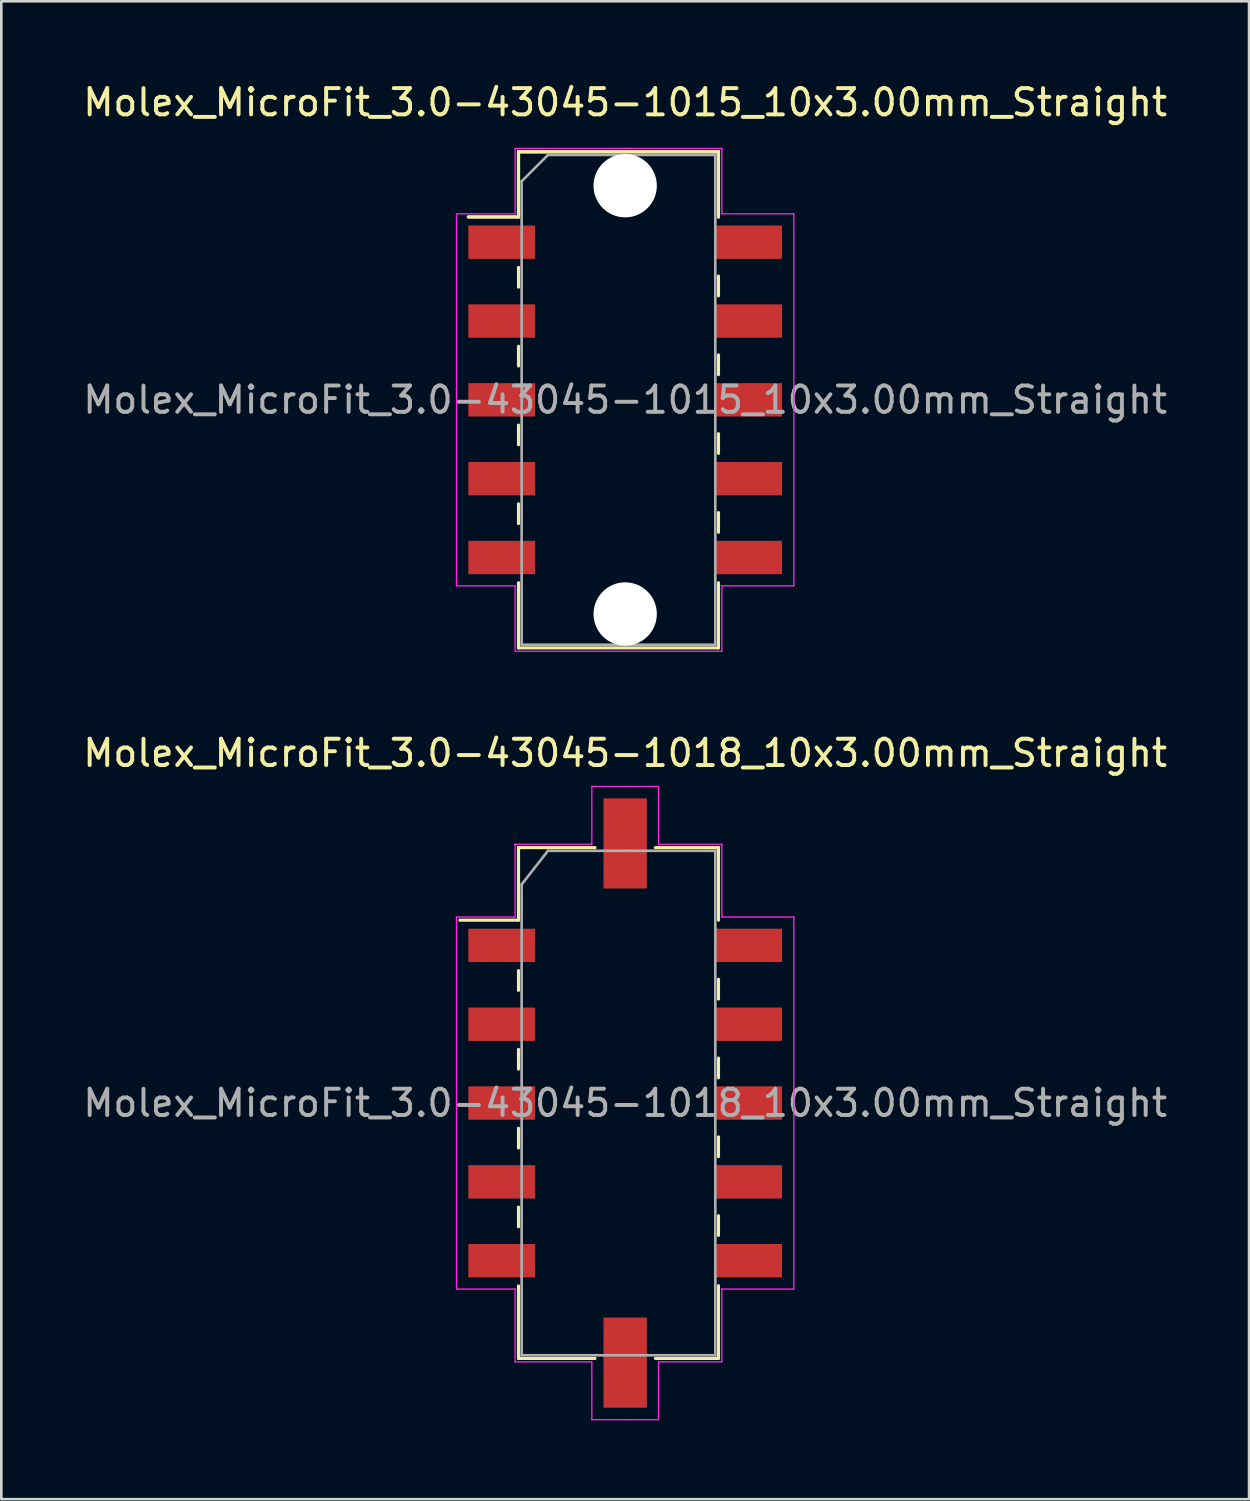
<source format=kicad_pcb>
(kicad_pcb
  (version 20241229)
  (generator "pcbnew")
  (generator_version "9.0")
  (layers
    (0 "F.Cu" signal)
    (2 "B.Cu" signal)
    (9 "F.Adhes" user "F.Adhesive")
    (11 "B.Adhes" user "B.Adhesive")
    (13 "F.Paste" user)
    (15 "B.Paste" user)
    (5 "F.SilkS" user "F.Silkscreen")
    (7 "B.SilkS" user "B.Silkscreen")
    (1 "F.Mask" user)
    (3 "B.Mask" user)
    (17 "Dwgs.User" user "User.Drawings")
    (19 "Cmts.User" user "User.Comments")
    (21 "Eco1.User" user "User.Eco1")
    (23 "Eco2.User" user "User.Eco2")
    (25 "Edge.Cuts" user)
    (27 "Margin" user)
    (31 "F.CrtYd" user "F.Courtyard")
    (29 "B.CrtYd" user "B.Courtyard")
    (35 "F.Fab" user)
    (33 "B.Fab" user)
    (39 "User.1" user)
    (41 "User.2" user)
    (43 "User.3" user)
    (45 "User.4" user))
  (footprint "Molex_MicroFit_3.0-43045-1015_10x3.00mm_Straight"
    (layer "F.Cu")
    (at 20.744 12.168)
    (property "Reference" "Molex_MicroFit_3.0-43045-1015_10x3.00mm_Straight" (at 0 -11.32 0) (layer "F.SilkS") (effects (font (size 1 1) (thickness 0.15))))
    (attr smd)
    (fp_line (start -5.97 -6.96) (end -4.06 -6.96) (stroke (width 0.12) (type solid)) (layer "F.SilkS"))
    (fp_line (start -5.97 -6.96) (end -4.06 -6.96) (stroke (width 0.12) (type solid)) (layer "F.SilkS"))
    (fp_line (start -4.06 -9.44) (end 3.55 -9.44) (stroke (width 0.12) (type solid)) (layer "F.SilkS"))
    (fp_line (start -4.06 -9.44) (end 3.55 -9.44) (stroke (width 0.12) (type solid)) (layer "F.SilkS"))
    (fp_line (start -4.06 -6.96) (end -4.06 -9.44) (stroke (width 0.12) (type solid)) (layer "F.SilkS"))
    (fp_line (start -4.06 -6.96) (end -4.06 -9.44) (stroke (width 0.12) (type solid)) (layer "F.SilkS"))
    (fp_line (start -4.06 -5.04) (end -4.06 -4.29) (stroke (width 0.12) (type solid)) (layer "F.SilkS"))
    (fp_line (start -4.06 -2.04) (end -4.06 -1.29) (stroke (width 0.12) (type solid)) (layer "F.SilkS"))
    (fp_line (start -4.06 0.96) (end -4.06 1.71) (stroke (width 0.12) (type solid)) (layer "F.SilkS"))
    (fp_line (start -4.06 3.96) (end -4.06 4.71) (stroke (width 0.12) (type solid)) (layer "F.SilkS"))
    (fp_line (start -4.06 9.44) (end -4.06 6.96) (stroke (width 0.12) (type solid)) (layer "F.SilkS"))
    (fp_line (start 3.55 -9.44) (end 3.55 -6.96) (stroke (width 0.12) (type solid)) (layer "F.SilkS"))
    (fp_line (start 3.55 -9.44) (end 3.55 -6.96) (stroke (width 0.12) (type solid)) (layer "F.SilkS"))
    (fp_line (start 3.55 -3.96) (end 3.55 -4.71) (stroke (width 0.12) (type solid)) (layer "F.SilkS"))
    (fp_line (start 3.55 -0.96) (end 3.55 -1.71) (stroke (width 0.12) (type solid)) (layer "F.SilkS"))
    (fp_line (start 3.55 2.04) (end 3.55 1.29) (stroke (width 0.12) (type solid)) (layer "F.SilkS"))
    (fp_line (start 3.55 5.04) (end 3.55 4.29) (stroke (width 0.12) (type solid)) (layer "F.SilkS"))
    (fp_line (start 3.55 6.96) (end 3.55 9.44) (stroke (width 0.12) (type solid)) (layer "F.SilkS"))
    (fp_line (start 3.55 9.44) (end -4.06 9.44) (stroke (width 0.12) (type solid)) (layer "F.SilkS"))
    (fp_line (start -6.42 -7.08) (end -4.19 -7.08) (stroke (width 0.05) (type solid)) (layer "F.CrtYd"))
    (fp_line (start -6.42 7.08) (end -6.42 -7.08) (stroke (width 0.05) (type solid)) (layer "F.CrtYd"))
    (fp_line (start -4.19 -9.57) (end 0 -9.57) (stroke (width 0.05) (type solid)) (layer "F.CrtYd"))
    (fp_line (start -4.19 -7.08) (end -4.19 -9.57) (stroke (width 0.05) (type solid)) (layer "F.CrtYd"))
    (fp_line (start -4.19 7.08) (end -6.42 7.08) (stroke (width 0.05) (type solid)) (layer "F.CrtYd"))
    (fp_line (start -4.19 9.57) (end -4.19 7.08) (stroke (width 0.05) (type solid)) (layer "F.CrtYd"))
    (fp_line (start 0 -9.57) (end 3.68 -9.57) (stroke (width 0.05) (type solid)) (layer "F.CrtYd"))
    (fp_line (start 0 9.57) (end -4.19 9.57) (stroke (width 0.05) (type solid)) (layer "F.CrtYd"))
    (fp_line (start 3.68 -9.57) (end 3.68 -7.08) (stroke (width 0.05) (type solid)) (layer "F.CrtYd"))
    (fp_line (start 3.68 -7.08) (end 6.42 -7.08) (stroke (width 0.05) (type solid)) (layer "F.CrtYd"))
    (fp_line (start 3.68 7.08) (end 3.68 9.57) (stroke (width 0.05) (type solid)) (layer "F.CrtYd"))
    (fp_line (start 3.68 9.57) (end 0 9.57) (stroke (width 0.05) (type solid)) (layer "F.CrtYd"))
    (fp_line (start 6.42 -7.08) (end 6.42 7.08) (stroke (width 0.05) (type solid)) (layer "F.CrtYd"))
    (fp_line (start 6.42 7.08) (end 3.68 7.08) (stroke (width 0.05) (type solid)) (layer "F.CrtYd"))
    (fp_line (start -3.94 -8.32) (end -2.94 -9.32) (stroke (width 0.1) (type solid)) (layer "F.Fab"))
    (fp_line (start -3.94 9.32) (end -3.94 -8.32) (stroke (width 0.1) (type solid)) (layer "F.Fab"))
    (fp_line (start -2.94 -9.32) (end 0 -9.32) (stroke (width 0.1) (type solid)) (layer "F.Fab"))
    (fp_line (start 0 -9.32) (end 3.43 -9.32) (stroke (width 0.1) (type solid)) (layer "F.Fab"))
    (fp_line (start 0 9.32) (end -3.94 9.32) (stroke (width 0.1) (type solid)) (layer "F.Fab"))
    (fp_line (start 3.43 -9.32) (end 3.43 9.32) (stroke (width 0.1) (type solid)) (layer "F.Fab"))
    (fp_line (start 3.43 9.32) (end 0 9.32) (stroke (width 0.1) (type solid)) (layer "F.Fab"))
    (fp_text user "${REFERENCE}" (at 0 0 0) (layer "F.Fab") (effects (font (size 1 1) (thickness 0.15))))
    (pad "" np_thru_hole circle (at 0 -8.15) (size 2.41 2.41) (drill 2.41) (layers "*.Cu"))
    (pad "" np_thru_hole circle (at 0 8.15) (size 2.41 2.41) (drill 2.41) (layers "*.Cu"))
    (pad "1" smd rect (at -4.7 -6) (size 2.54 1.27) (layers "F.Cu" "F.Mask" "F.Paste"))
    (pad "2" smd rect (at -4.7 -3) (size 2.54 1.27) (layers "F.Cu" "F.Mask" "F.Paste"))
    (pad "3" smd rect (at -4.7 0) (size 2.54 1.27) (layers "F.Cu" "F.Mask" "F.Paste"))
    (pad "4" smd rect (at -4.7 3) (size 2.54 1.27) (layers "F.Cu" "F.Mask" "F.Paste"))
    (pad "5" smd rect (at -4.7 6) (size 2.54 1.27) (layers "F.Cu" "F.Mask" "F.Paste"))
    (pad "6" smd rect (at 4.7 6) (size 2.54 1.27) (layers "F.Cu" "F.Mask" "F.Paste"))
    (pad "7" smd rect (at 4.7 3) (size 2.54 1.27) (layers "F.Cu" "F.Mask" "F.Paste"))
    (pad "8" smd rect (at 4.7 0) (size 2.54 1.27) (layers "F.Cu" "F.Mask" "F.Paste"))
    (pad "9" smd rect (at 4.7 -3) (size 2.54 1.27) (layers "F.Cu" "F.Mask" "F.Paste"))
    (pad "10" smd rect (at 4.7 -6) (size 2.54 1.27) (layers "F.Cu" "F.Mask" "F.Paste")))
  (footprint "Molex_MicroFit_3.0-43045-1018_10x3.00mm_Straight"
    (layer "F.Cu")
    (at 20.744 38.931)
    (property "Reference" "Molex_MicroFit_3.0-43045-1018_10x3.00mm_Straight" (at 0 -13.32 0) (layer "F.SilkS") (effects (font (size 1 1) (thickness 0.15))))
    (attr smd)
    (fp_line (start -6.29 -6.96) (end -4.06 -6.96) (stroke (width 0.12) (type solid)) (layer "F.SilkS"))
    (fp_line (start -4.06 -9.72) (end -4.06 -9.72) (stroke (width 0.12) (type solid)) (layer "F.SilkS"))
    (fp_line (start -4.06 -9.72) (end -1.15 -9.72) (stroke (width 0.12) (type solid)) (layer "F.SilkS"))
    (fp_line (start -4.06 -6.96) (end -4.06 -9.72) (stroke (width 0.12) (type solid)) (layer "F.SilkS"))
    (fp_line (start -4.06 -5.04) (end -4.06 -4.29) (stroke (width 0.12) (type solid)) (layer "F.SilkS"))
    (fp_line (start -4.06 -2.04) (end -4.06 -1.29) (stroke (width 0.12) (type solid)) (layer "F.SilkS"))
    (fp_line (start -4.06 0.96) (end -4.06 1.71) (stroke (width 0.12) (type solid)) (layer "F.SilkS"))
    (fp_line (start -4.06 3.96) (end -4.06 4.71) (stroke (width 0.12) (type solid)) (layer "F.SilkS"))
    (fp_line (start -4.06 9.72) (end -4.06 6.96) (stroke (width 0.12) (type solid)) (layer "F.SilkS"))
    (fp_line (start -1.15 9.72) (end -4.06 9.72) (stroke (width 0.12) (type solid)) (layer "F.SilkS"))
    (fp_line (start 1.15 -9.72) (end 3.55 -9.72) (stroke (width 0.12) (type solid)) (layer "F.SilkS"))
    (fp_line (start 3.55 -9.72) (end 3.55 -6.96) (stroke (width 0.12) (type solid)) (layer "F.SilkS"))
    (fp_line (start 3.55 -3.96) (end 3.55 -4.71) (stroke (width 0.12) (type solid)) (layer "F.SilkS"))
    (fp_line (start 3.55 -0.96) (end 3.55 -1.71) (stroke (width 0.12) (type solid)) (layer "F.SilkS"))
    (fp_line (start 3.55 2.04) (end 3.55 1.29) (stroke (width 0.12) (type solid)) (layer "F.SilkS"))
    (fp_line (start 3.55 5.04) (end 3.55 4.29) (stroke (width 0.12) (type solid)) (layer "F.SilkS"))
    (fp_line (start 3.55 6.96) (end 3.55 6.96) (stroke (width 0.12) (type solid)) (layer "F.SilkS"))
    (fp_line (start 3.55 6.96) (end 3.55 9.72) (stroke (width 0.12) (type solid)) (layer "F.SilkS"))
    (fp_line (start 3.55 9.72) (end 1.15 9.72) (stroke (width 0.12) (type solid)) (layer "F.SilkS"))
    (fp_line (start -6.42 -7.08) (end -4.19 -7.08) (stroke (width 0.05) (type solid)) (layer "F.CrtYd"))
    (fp_line (start -6.42 7.08) (end -6.42 -7.08) (stroke (width 0.05) (type solid)) (layer "F.CrtYd"))
    (fp_line (start -4.19 -9.85) (end -4.19 -9.85) (stroke (width 0.05) (type solid)) (layer "F.CrtYd"))
    (fp_line (start -4.19 -9.85) (end -1.27 -9.85) (stroke (width 0.05) (type solid)) (layer "F.CrtYd"))
    (fp_line (start -4.19 -7.08) (end -4.19 -9.85) (stroke (width 0.05) (type solid)) (layer "F.CrtYd"))
    (fp_line (start -4.19 7.08) (end -6.42 7.08) (stroke (width 0.05) (type solid)) (layer "F.CrtYd"))
    (fp_line (start -4.19 9.85) (end -4.19 7.08) (stroke (width 0.05) (type solid)) (layer "F.CrtYd"))
    (fp_line (start -1.27 -12.05) (end 0 -12.05) (stroke (width 0.05) (type solid)) (layer "F.CrtYd"))
    (fp_line (start -1.27 -9.85) (end -1.27 -12.05) (stroke (width 0.05) (type solid)) (layer "F.CrtYd"))
    (fp_line (start -1.27 9.85) (end -4.19 9.85) (stroke (width 0.05) (type solid)) (layer "F.CrtYd"))
    (fp_line (start -1.27 12.05) (end -1.27 9.85) (stroke (width 0.05) (type solid)) (layer "F.CrtYd"))
    (fp_line (start 0 -12.05) (end 1.27 -12.05) (stroke (width 0.05) (type solid)) (layer "F.CrtYd"))
    (fp_line (start 0 12.05) (end -1.27 12.05) (stroke (width 0.05) (type solid)) (layer "F.CrtYd"))
    (fp_line (start 1.27 -12.05) (end 1.27 -9.85) (stroke (width 0.05) (type solid)) (layer "F.CrtYd"))
    (fp_line (start 1.27 -9.85) (end 3.68 -9.85) (stroke (width 0.05) (type solid)) (layer "F.CrtYd"))
    (fp_line (start 1.27 9.85) (end 1.27 12.05) (stroke (width 0.05) (type solid)) (layer "F.CrtYd"))
    (fp_line (start 1.27 12.05) (end 0 12.05) (stroke (width 0.05) (type solid)) (layer "F.CrtYd"))
    (fp_line (start 3.68 -9.85) (end 3.68 -7.08) (stroke (width 0.05) (type solid)) (layer "F.CrtYd"))
    (fp_line (start 3.68 -7.08) (end 6.42 -7.08) (stroke (width 0.05) (type solid)) (layer "F.CrtYd"))
    (fp_line (start 3.68 7.08) (end 3.68 7.08) (stroke (width 0.05) (type solid)) (layer "F.CrtYd"))
    (fp_line (start 3.68 7.08) (end 3.68 9.85) (stroke (width 0.05) (type solid)) (layer "F.CrtYd"))
    (fp_line (start 3.68 9.85) (end 1.27 9.85) (stroke (width 0.05) (type solid)) (layer "F.CrtYd"))
    (fp_line (start 6.42 -7.08) (end 6.42 7.08) (stroke (width 0.05) (type solid)) (layer "F.CrtYd"))
    (fp_line (start 6.42 7.08) (end 3.68 7.08) (stroke (width 0.05) (type solid)) (layer "F.CrtYd"))
    (fp_line (start -3.94 -8.32) (end -2.94 -9.6) (stroke (width 0.1) (type solid)) (layer "F.Fab"))
    (fp_line (start -3.94 6.63) (end -3.94 -8.32) (stroke (width 0.1) (type solid)) (layer "F.Fab"))
    (fp_line (start -3.94 9.6) (end -3.94 6.63) (stroke (width 0.1) (type solid)) (layer "F.Fab"))
    (fp_line (start -2.94 -9.6) (end 0 -9.6) (stroke (width 0.1) (type solid)) (layer "F.Fab"))
    (fp_line (start -0.82 9.6) (end -3.94 9.6) (stroke (width 0.1) (type solid)) (layer "F.Fab"))
    (fp_line (start 0 -9.6) (end 3.43 -9.6) (stroke (width 0.1) (type solid)) (layer "F.Fab"))
    (fp_line (start 3.43 -9.6) (end 3.43 -6.63) (stroke (width 0.1) (type solid)) (layer "F.Fab"))
    (fp_line (start 3.43 -6.63) (end 3.43 6.63) (stroke (width 0.1) (type solid)) (layer "F.Fab"))
    (fp_line (start 3.43 6.63) (end 3.43 9.6) (stroke (width 0.1) (type solid)) (layer "F.Fab"))
    (fp_line (start 3.43 9.6) (end -0.82 9.6) (stroke (width 0.1) (type solid)) (layer "F.Fab"))
    (fp_text user "${REFERENCE}" (at 0 0 0) (layer "F.Fab") (effects (font (size 1 1) (thickness 0.15))))
    (pad "" smd rect (at 0 -9.88) (size 1.65 3.43) (layers "F.Cu" "F.Mask" "F.Paste"))
    (pad "" smd rect (at 0 9.88) (size 1.65 3.43) (layers "F.Cu" "F.Mask" "F.Paste"))
    (pad "1" smd rect (at -4.7 -6) (size 2.54 1.27) (layers "F.Cu" "F.Mask" "F.Paste"))
    (pad "2" smd rect (at -4.7 -3) (size 2.54 1.27) (layers "F.Cu" "F.Mask" "F.Paste"))
    (pad "3" smd rect (at -4.7 0) (size 2.54 1.27) (layers "F.Cu" "F.Mask" "F.Paste"))
    (pad "4" smd rect (at -4.7 3) (size 2.54 1.27) (layers "F.Cu" "F.Mask" "F.Paste"))
    (pad "5" smd rect (at -4.7 6) (size 2.54 1.27) (layers "F.Cu" "F.Mask" "F.Paste"))
    (pad "6" smd rect (at 4.7 6) (size 2.54 1.27) (layers "F.Cu" "F.Mask" "F.Paste"))
    (pad "7" smd rect (at 4.7 3) (size 2.54 1.27) (layers "F.Cu" "F.Mask" "F.Paste"))
    (pad "8" smd rect (at 4.7 0) (size 2.54 1.27) (layers "F.Cu" "F.Mask" "F.Paste"))
    (pad "9" smd rect (at 4.7 -3) (size 2.54 1.27) (layers "F.Cu" "F.Mask" "F.Paste"))
    (pad "10" smd rect (at 4.7 -6) (size 2.54 1.27) (layers "F.Cu" "F.Mask" "F.Paste")))
  (gr_rect
    (start -3 -3)
    (end 44.488 54.007)
    (stroke (width 0.1) (type default))
    (fill no)
    (layer "Edge.Cuts")))
</source>
